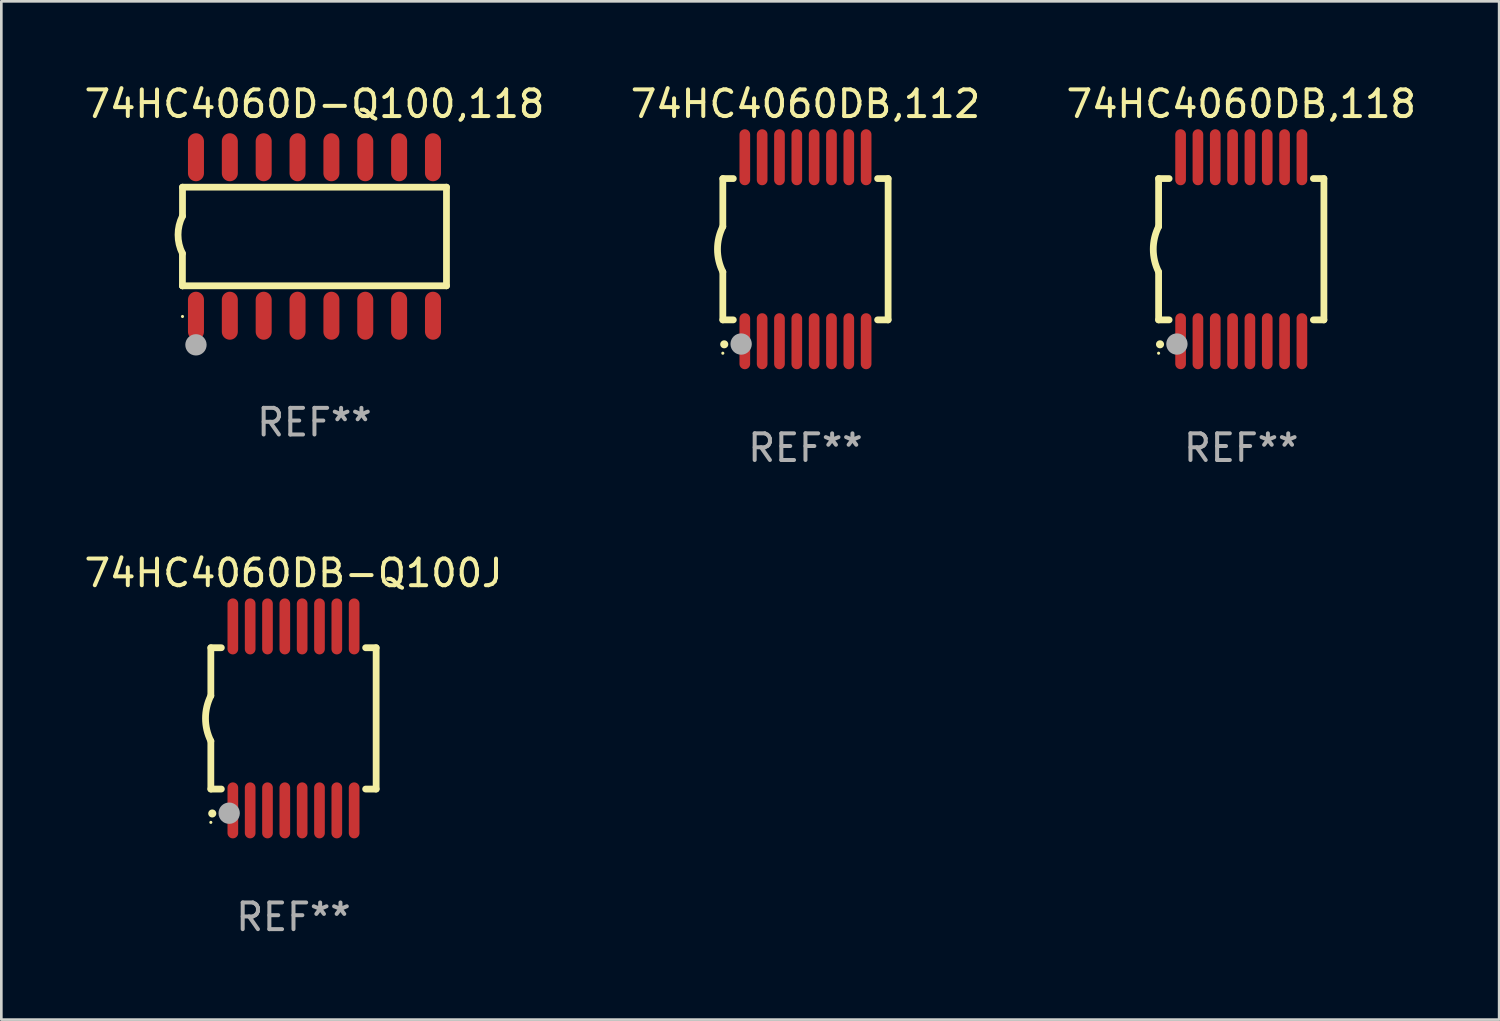
<source format=kicad_pcb>
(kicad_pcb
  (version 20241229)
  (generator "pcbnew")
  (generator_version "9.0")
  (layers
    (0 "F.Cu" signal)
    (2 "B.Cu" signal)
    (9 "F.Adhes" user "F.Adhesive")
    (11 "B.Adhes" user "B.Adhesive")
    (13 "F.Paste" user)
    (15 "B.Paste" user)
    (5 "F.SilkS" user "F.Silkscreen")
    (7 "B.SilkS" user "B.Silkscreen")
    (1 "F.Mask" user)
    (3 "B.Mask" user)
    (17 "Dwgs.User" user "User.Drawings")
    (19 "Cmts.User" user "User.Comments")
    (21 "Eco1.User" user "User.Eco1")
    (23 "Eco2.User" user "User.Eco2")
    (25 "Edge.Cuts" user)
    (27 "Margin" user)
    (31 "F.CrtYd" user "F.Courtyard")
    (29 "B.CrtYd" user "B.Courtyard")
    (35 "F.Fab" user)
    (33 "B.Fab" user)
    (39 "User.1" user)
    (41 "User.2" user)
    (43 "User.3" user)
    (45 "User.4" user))
  (footprint "74HC4060DB,112"
    (layer "F.Cu")
    (at 27.161 6.298)
    (property "Reference" "74HC4060DB,112" (at 0 -5.45 0) (layer "F.SilkS") (effects (font (size 1 1) (thickness 0.15))))
    (attr through_hole)
    (fp_line (start -3.1 -2.65) (end -3.1 -0.85) (stroke (width 0.254) (type solid)) (layer "F.SilkS"))
    (fp_line (start -3.1 -2.65) (end -2.706 -2.65) (stroke (width 0.254) (type solid)) (layer "F.SilkS"))
    (fp_line (start -3.1 2.65) (end -3.1 0.85) (stroke (width 0.254) (type solid)) (layer "F.SilkS"))
    (fp_line (start -3.1 2.65) (end -2.706 2.65) (stroke (width 0.254) (type solid)) (layer "F.SilkS"))
    (fp_line (start 2.706 -2.65) (end 3.1 -2.65) (stroke (width 0.254) (type solid)) (layer "F.SilkS"))
    (fp_line (start 2.706 2.65) (end 3.1 2.65) (stroke (width 0.254) (type solid)) (layer "F.SilkS"))
    (fp_line (start 3.1 -2.65) (end 3.1 2.65) (stroke (width 0.254) (type solid)) (layer "F.SilkS"))
    (fp_arc (start -3.098907 0.850902) (mid -3.300057 0.000523) (end -3.1 -0.850114) (stroke (width 0.254001) (type solid)) (layer "F.SilkS"))
    (fp_arc (start -3.048006 3.566066) (mid -3.046736 3.566061) (end -3.045466 3.566066) (stroke (width 0.3) (type solid)) (layer "F.SilkS"))
    (fp_circle (center -3.1 3.9) (end -3.07 3.9) (stroke (width 0.06) (type solid)) (fill no) (layer "F.SilkS"))
    (fp_circle (center -2.413 3.556) (end -2.213 3.556) (stroke (width 0.4) (type solid)) (fill no) (layer "F.Fab"))
    (fp_text user "REF**" (at 0 7.45 0) (layer "F.Fab") (effects (font (size 1 1) (thickness 0.15))))
    (pad "1" smd oval (at -2.275 3.45 180) (size 0.4 2.1) (layers "F.Cu" "F.Mask" "F.Paste"))
    (pad "2" smd oval (at -1.625 3.45 180) (size 0.4 2.1) (layers "F.Cu" "F.Mask" "F.Paste"))
    (pad "3" smd oval (at -0.975 3.45 180) (size 0.4 2.1) (layers "F.Cu" "F.Mask" "F.Paste"))
    (pad "4" smd oval (at -0.325 3.45 180) (size 0.4 2.1) (layers "F.Cu" "F.Mask" "F.Paste"))
    (pad "5" smd oval (at 0.325 3.45 180) (size 0.4 2.1) (layers "F.Cu" "F.Mask" "F.Paste"))
    (pad "6" smd oval (at 0.975 3.45 180) (size 0.4 2.1) (layers "F.Cu" "F.Mask" "F.Paste"))
    (pad "7" smd oval (at 1.625 3.45 180) (size 0.4 2.1) (layers "F.Cu" "F.Mask" "F.Paste"))
    (pad "8" smd oval (at 2.275 3.45 180) (size 0.4 2.1) (layers "F.Cu" "F.Mask" "F.Paste"))
    (pad "9" smd oval (at 2.275 -3.45 180) (size 0.4 2.1) (layers "F.Cu" "F.Mask" "F.Paste"))
    (pad "10" smd oval (at 1.625 -3.45 180) (size 0.4 2.1) (layers "F.Cu" "F.Mask" "F.Paste"))
    (pad "11" smd oval (at 0.975 -3.45 180) (size 0.4 2.1) (layers "F.Cu" "F.Mask" "F.Paste"))
    (pad "12" smd oval (at 0.325 -3.45 180) (size 0.4 2.1) (layers "F.Cu" "F.Mask" "F.Paste"))
    (pad "13" smd oval (at -0.325 -3.45 180) (size 0.4 2.1) (layers "F.Cu" "F.Mask" "F.Paste"))
    (pad "14" smd oval (at -0.975 -3.45 180) (size 0.4 2.1) (layers "F.Cu" "F.Mask" "F.Paste"))
    (pad "15" smd oval (at -1.625 -3.45 180) (size 0.4 2.1) (layers "F.Cu" "F.Mask" "F.Paste"))
    (pad "16" smd oval (at -2.275 -3.45 180) (size 0.4 2.1) (layers "F.Cu" "F.Mask" "F.Paste")))
  (footprint "74HC4060DB-Q100J"
    (layer "F.Cu")
    (at 7.958 23.895)
    (property "Reference" "74HC4060DB-Q100J" (at 0 -5.45 0) (layer "F.SilkS") (effects (font (size 1 1) (thickness 0.15))))
    (attr through_hole)
    (fp_line (start -3.1 -2.65) (end -3.1 -0.85) (stroke (width 0.254) (type solid)) (layer "F.SilkS"))
    (fp_line (start -3.1 -2.65) (end -2.706 -2.65) (stroke (width 0.254) (type solid)) (layer "F.SilkS"))
    (fp_line (start -3.1 2.65) (end -3.1 0.85) (stroke (width 0.254) (type solid)) (layer "F.SilkS"))
    (fp_line (start -3.1 2.65) (end -2.706 2.65) (stroke (width 0.254) (type solid)) (layer "F.SilkS"))
    (fp_line (start 2.706 -2.65) (end 3.1 -2.65) (stroke (width 0.254) (type solid)) (layer "F.SilkS"))
    (fp_line (start 2.706 2.65) (end 3.1 2.65) (stroke (width 0.254) (type solid)) (layer "F.SilkS"))
    (fp_line (start 3.1 -2.65) (end 3.1 2.65) (stroke (width 0.254) (type solid)) (layer "F.SilkS"))
    (fp_arc (start -3.098907 0.850902) (mid -3.300057 0.000523) (end -3.1 -0.850114) (stroke (width 0.254001) (type solid)) (layer "F.SilkS"))
    (fp_arc (start -3.048006 3.566066) (mid -3.046736 3.566061) (end -3.045466 3.566066) (stroke (width 0.3) (type solid)) (layer "F.SilkS"))
    (fp_circle (center -3.1 3.9) (end -3.07 3.9) (stroke (width 0.06) (type solid)) (fill no) (layer "F.SilkS"))
    (fp_circle (center -2.413 3.556) (end -2.213 3.556) (stroke (width 0.4) (type solid)) (fill no) (layer "F.Fab"))
    (fp_text user "REF**" (at 0 7.45 0) (layer "F.Fab") (effects (font (size 1 1) (thickness 0.15))))
    (pad "1" smd oval (at -2.275 3.45 180) (size 0.4 2.1) (layers "F.Cu" "F.Mask" "F.Paste"))
    (pad "2" smd oval (at -1.625 3.45 180) (size 0.4 2.1) (layers "F.Cu" "F.Mask" "F.Paste"))
    (pad "3" smd oval (at -0.975 3.45 180) (size 0.4 2.1) (layers "F.Cu" "F.Mask" "F.Paste"))
    (pad "4" smd oval (at -0.325 3.45 180) (size 0.4 2.1) (layers "F.Cu" "F.Mask" "F.Paste"))
    (pad "5" smd oval (at 0.325 3.45 180) (size 0.4 2.1) (layers "F.Cu" "F.Mask" "F.Paste"))
    (pad "6" smd oval (at 0.975 3.45 180) (size 0.4 2.1) (layers "F.Cu" "F.Mask" "F.Paste"))
    (pad "7" smd oval (at 1.625 3.45 180) (size 0.4 2.1) (layers "F.Cu" "F.Mask" "F.Paste"))
    (pad "8" smd oval (at 2.275 3.45 180) (size 0.4 2.1) (layers "F.Cu" "F.Mask" "F.Paste"))
    (pad "9" smd oval (at 2.275 -3.45 180) (size 0.4 2.1) (layers "F.Cu" "F.Mask" "F.Paste"))
    (pad "10" smd oval (at 1.625 -3.45 180) (size 0.4 2.1) (layers "F.Cu" "F.Mask" "F.Paste"))
    (pad "11" smd oval (at 0.975 -3.45 180) (size 0.4 2.1) (layers "F.Cu" "F.Mask" "F.Paste"))
    (pad "12" smd oval (at 0.325 -3.45 180) (size 0.4 2.1) (layers "F.Cu" "F.Mask" "F.Paste"))
    (pad "13" smd oval (at -0.325 -3.45 180) (size 0.4 2.1) (layers "F.Cu" "F.Mask" "F.Paste"))
    (pad "14" smd oval (at -0.975 -3.45 180) (size 0.4 2.1) (layers "F.Cu" "F.Mask" "F.Paste"))
    (pad "15" smd oval (at -1.625 -3.45 180) (size 0.4 2.1) (layers "F.Cu" "F.Mask" "F.Paste"))
    (pad "16" smd oval (at -2.275 -3.45 180) (size 0.4 2.1) (layers "F.Cu" "F.Mask" "F.Paste")))
  (footprint "74HC4060DB,118"
    (layer "F.Cu")
    (at 43.506 6.298)
    (property "Reference" "74HC4060DB,118" (at 0 -5.45 0) (layer "F.SilkS") (effects (font (size 1 1) (thickness 0.15))))
    (attr through_hole)
    (fp_line (start -3.1 -2.65) (end -3.1 -0.85) (stroke (width 0.254) (type solid)) (layer "F.SilkS"))
    (fp_line (start -3.1 -2.65) (end -2.706 -2.65) (stroke (width 0.254) (type solid)) (layer "F.SilkS"))
    (fp_line (start -3.1 2.65) (end -3.1 0.85) (stroke (width 0.254) (type solid)) (layer "F.SilkS"))
    (fp_line (start -3.1 2.65) (end -2.706 2.65) (stroke (width 0.254) (type solid)) (layer "F.SilkS"))
    (fp_line (start 2.706 -2.65) (end 3.1 -2.65) (stroke (width 0.254) (type solid)) (layer "F.SilkS"))
    (fp_line (start 2.706 2.65) (end 3.1 2.65) (stroke (width 0.254) (type solid)) (layer "F.SilkS"))
    (fp_line (start 3.1 -2.65) (end 3.1 2.65) (stroke (width 0.254) (type solid)) (layer "F.SilkS"))
    (fp_arc (start -3.098907 0.850902) (mid -3.300057 0.000523) (end -3.1 -0.850114) (stroke (width 0.254001) (type solid)) (layer "F.SilkS"))
    (fp_arc (start -3.048006 3.566066) (mid -3.046736 3.566061) (end -3.045466 3.566066) (stroke (width 0.3) (type solid)) (layer "F.SilkS"))
    (fp_circle (center -3.1 3.9) (end -3.07 3.9) (stroke (width 0.06) (type solid)) (fill no) (layer "F.SilkS"))
    (fp_circle (center -2.413 3.556) (end -2.213 3.556) (stroke (width 0.4) (type solid)) (fill no) (layer "F.Fab"))
    (fp_text user "REF**" (at 0 7.45 0) (layer "F.Fab") (effects (font (size 1 1) (thickness 0.15))))
    (pad "1" smd oval (at -2.275 3.45 180) (size 0.4 2.1) (layers "F.Cu" "F.Mask" "F.Paste"))
    (pad "2" smd oval (at -1.625 3.45 180) (size 0.4 2.1) (layers "F.Cu" "F.Mask" "F.Paste"))
    (pad "3" smd oval (at -0.975 3.45 180) (size 0.4 2.1) (layers "F.Cu" "F.Mask" "F.Paste"))
    (pad "4" smd oval (at -0.325 3.45 180) (size 0.4 2.1) (layers "F.Cu" "F.Mask" "F.Paste"))
    (pad "5" smd oval (at 0.325 3.45 180) (size 0.4 2.1) (layers "F.Cu" "F.Mask" "F.Paste"))
    (pad "6" smd oval (at 0.975 3.45 180) (size 0.4 2.1) (layers "F.Cu" "F.Mask" "F.Paste"))
    (pad "7" smd oval (at 1.625 3.45 180) (size 0.4 2.1) (layers "F.Cu" "F.Mask" "F.Paste"))
    (pad "8" smd oval (at 2.275 3.45 180) (size 0.4 2.1) (layers "F.Cu" "F.Mask" "F.Paste"))
    (pad "9" smd oval (at 2.275 -3.45 180) (size 0.4 2.1) (layers "F.Cu" "F.Mask" "F.Paste"))
    (pad "10" smd oval (at 1.625 -3.45 180) (size 0.4 2.1) (layers "F.Cu" "F.Mask" "F.Paste"))
    (pad "11" smd oval (at 0.975 -3.45 180) (size 0.4 2.1) (layers "F.Cu" "F.Mask" "F.Paste"))
    (pad "12" smd oval (at 0.325 -3.45 180) (size 0.4 2.1) (layers "F.Cu" "F.Mask" "F.Paste"))
    (pad "13" smd oval (at -0.325 -3.45 180) (size 0.4 2.1) (layers "F.Cu" "F.Mask" "F.Paste"))
    (pad "14" smd oval (at -0.975 -3.45 180) (size 0.4 2.1) (layers "F.Cu" "F.Mask" "F.Paste"))
    (pad "15" smd oval (at -1.625 -3.45 180) (size 0.4 2.1) (layers "F.Cu" "F.Mask" "F.Paste"))
    (pad "16" smd oval (at -2.275 -3.45 180) (size 0.4 2.1) (layers "F.Cu" "F.Mask" "F.Paste")))
  (footprint "74HC4060D-Q100,118"
    (layer "F.Cu")
    (at 8.744 5.82)
    (property "Reference" "74HC4060D-Q100,118" (at 0 -4.972 0) (layer "F.SilkS") (effects (font (size 1 1) (thickness 0.15))))
    (attr through_hole)
    (fp_line (start -4.952 0.635) (end -4.952 1.85) (stroke (width 0.254) (type solid)) (layer "F.SilkS"))
    (fp_line (start -4.952 1.85) (end -4.949 1.85) (stroke (width 0.254) (type solid)) (layer "F.SilkS"))
    (fp_line (start -4.949 -1.85) (end -4.949 -0.762) (stroke (width 0.254) (type solid)) (layer "F.SilkS"))
    (fp_line (start -4.949 1.85) (end 4.952 1.85) (stroke (width 0.254) (type solid)) (layer "F.SilkS"))
    (fp_line (start 4.952 -1.85) (end -4.949 -1.85) (stroke (width 0.254) (type solid)) (layer "F.SilkS"))
    (fp_line (start 4.952 1.85) (end 4.952 -1.85) (stroke (width 0.254) (type solid)) (layer "F.SilkS"))
    (fp_arc (start -4.951524 0.635001) (mid -5.116418 -0.0635) (end -4.951524 -0.762002) (stroke (width 0.254001) (type solid)) (layer "F.SilkS"))
    (fp_circle (center -4.949 3) (end -4.919 3) (stroke (width 0.06) (type solid)) (fill no) (layer "F.SilkS"))
    (fp_circle (center -4.444 4.064) (end -4.244 4.064) (stroke (width 0.4) (type solid)) (fill no) (layer "F.Fab"))
    (fp_text user "REF**" (at 0 6.972 0) (layer "F.Fab") (effects (font (size 1 1) (thickness 0.15))))
    (pad "1" smd oval (at -4.444 2.972 180) (size 0.6 1.8) (layers "F.Cu" "F.Mask" "F.Paste"))
    (pad "2" smd oval (at -3.174 2.972 180) (size 0.6 1.8) (layers "F.Cu" "F.Mask" "F.Paste"))
    (pad "3" smd oval (at -1.904 2.972 180) (size 0.6 1.8) (layers "F.Cu" "F.Mask" "F.Paste"))
    (pad "4" smd oval (at -0.634 2.972 180) (size 0.6 1.8) (layers "F.Cu" "F.Mask" "F.Paste"))
    (pad "5" smd oval (at 0.636 2.972 180) (size 0.6 1.8) (layers "F.Cu" "F.Mask" "F.Paste"))
    (pad "6" smd oval (at 1.906 2.972 180) (size 0.6 1.8) (layers "F.Cu" "F.Mask" "F.Paste"))
    (pad "7" smd oval (at 3.176 2.972 180) (size 0.6 1.8) (layers "F.Cu" "F.Mask" "F.Paste"))
    (pad "8" smd oval (at 4.446 2.972 180) (size 0.6 1.8) (layers "F.Cu" "F.Mask" "F.Paste"))
    (pad "9" smd oval (at 4.446 -2.972 180) (size 0.6 1.8) (layers "F.Cu" "F.Mask" "F.Paste"))
    (pad "10" smd oval (at 3.176 -2.972 180) (size 0.6 1.8) (layers "F.Cu" "F.Mask" "F.Paste"))
    (pad "11" smd oval (at 1.906 -2.972 180) (size 0.6 1.8) (layers "F.Cu" "F.Mask" "F.Paste"))
    (pad "12" smd oval (at 0.636 -2.972 180) (size 0.6 1.8) (layers "F.Cu" "F.Mask" "F.Paste"))
    (pad "13" smd oval (at -0.634 -2.972 180) (size 0.6 1.8) (layers "F.Cu" "F.Mask" "F.Paste"))
    (pad "14" smd oval (at -1.904 -2.972 180) (size 0.6 1.8) (layers "F.Cu" "F.Mask" "F.Paste"))
    (pad "15" smd oval (at -3.174 -2.972 180) (size 0.6 1.8) (layers "F.Cu" "F.Mask" "F.Paste"))
    (pad "16" smd oval (at -4.444 -2.972 180) (size 0.6 1.8) (layers "F.Cu" "F.Mask" "F.Paste")))
  (gr_rect
    (start -3 -3)
    (end 53.179 35.193)
    (stroke (width 0.1) (type default))
    (fill no)
    (layer "Edge.Cuts")))
</source>
